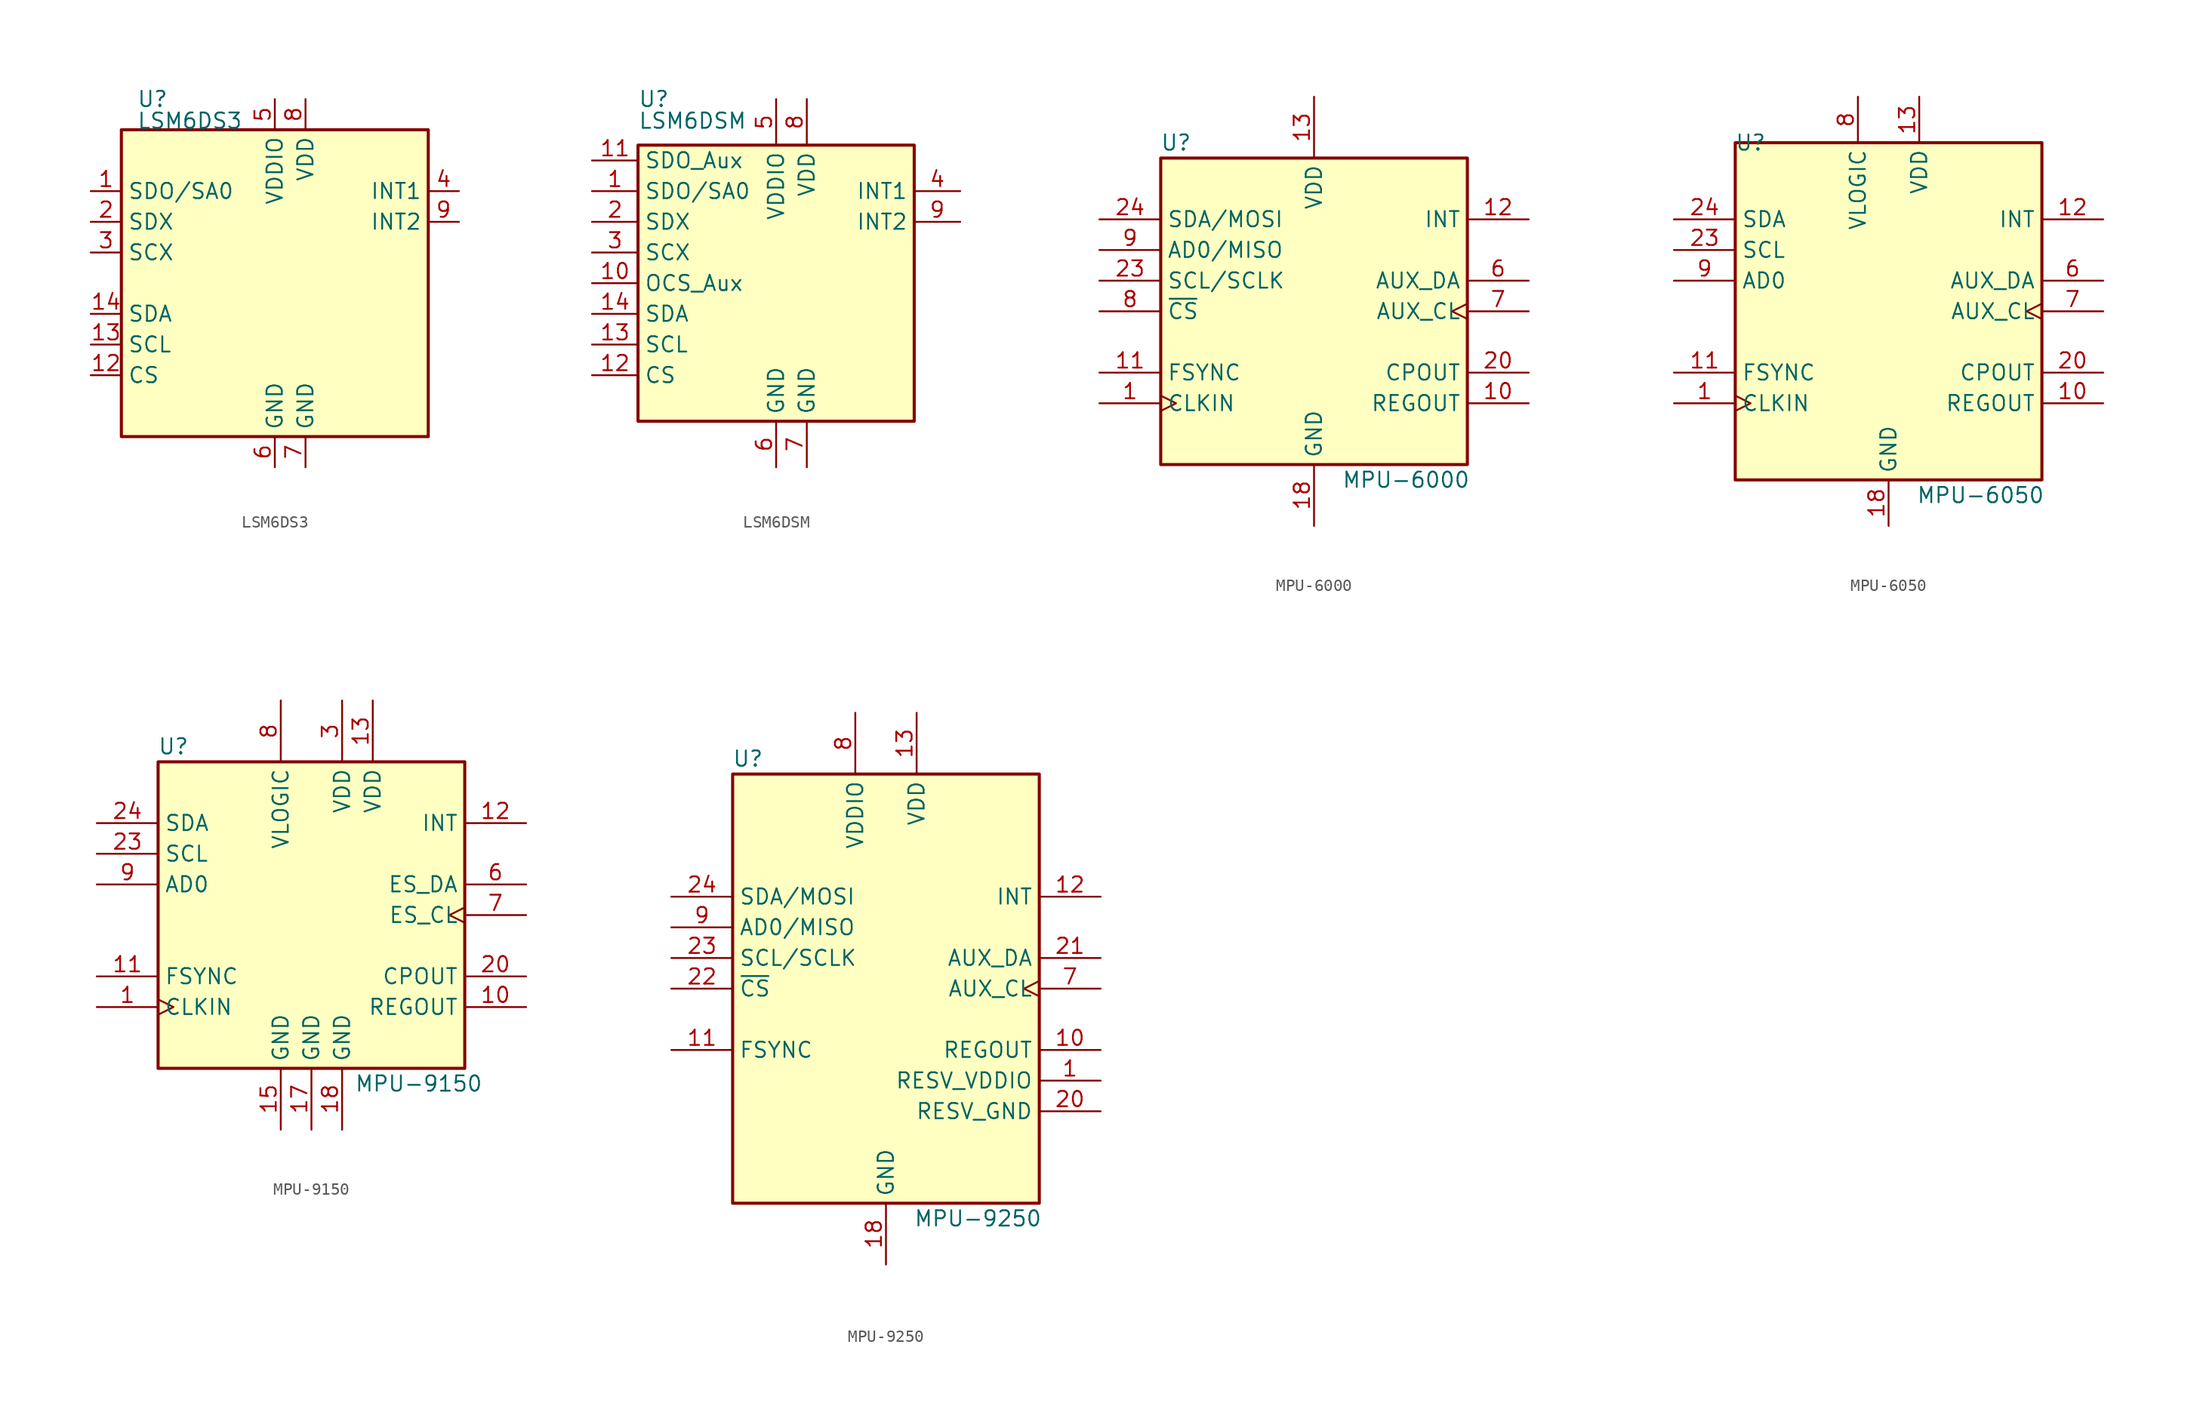
<source format=kicad_sym>
(kicad_symbol_lib
  (version 20211014)
  (generator kicad_symbol_editor)
  (symbol "LSM6DS3"
    (property "Reference" "U"
      (at -11.43 15.24 0)
      (effects (font (size 1.27 1.27)) (justify left)))
    (property "Value" "LSM6DS3"
      (at -11.43 12.7 0)
      (effects (font (size 1.27 1.27)) (justify left bottom)))
    (symbol "LSM6DS3_0_1"
      (rectangle (start -12.7 12.7) (end 12.7 -12.7) (stroke (width 0.254) (type default) (color 0 0 0 0)) (fill (type background))))
    (symbol "LSM6DS3_1_1"
      (pin bidirectional line (at -15.24 7.62 0) (length 2.54) (name "SDO/SA0" (effects (font (size 1.27 1.27)))) (number "1" (effects (font (size 1.27 1.27)))))
      (pin no_connect line (at 12.7 -5.08 180) (length 3.81) hide (name "NC" (effects (font (size 1.27 1.27)))) (number "10" (effects (font (size 1.27 1.27)))))
      (pin no_connect line (at 12.7 -2.54 180) (length 3.81) hide (name "NC" (effects (font (size 1.27 1.27)))) (number "11" (effects (font (size 1.27 1.27)))))
      (pin input line (at -15.24 -7.62 0) (length 2.54) (name "CS" (effects (font (size 1.27 1.27)))) (number "12" (effects (font (size 1.27 1.27)))))
      (pin input line (at -15.24 -5.08 0) (length 2.54) (name "SCL" (effects (font (size 1.27 1.27)))) (number "13" (effects (font (size 1.27 1.27)))))
      (pin bidirectional line (at -15.24 -2.54 0) (length 2.54) (name "SDA" (effects (font (size 1.27 1.27)))) (number "14" (effects (font (size 1.27 1.27)))))
      (pin bidirectional line (at -15.24 5.08 0) (length 2.54) (name "SDX" (effects (font (size 1.27 1.27)))) (number "2" (effects (font (size 1.27 1.27)))))
      (pin input line (at -15.24 2.54 0) (length 2.54) (name "SCX" (effects (font (size 1.27 1.27)))) (number "3" (effects (font (size 1.27 1.27)))))
      (pin output line (at 15.24 7.62 180) (length 2.54) (name "INT1" (effects (font (size 1.27 1.27)))) (number "4" (effects (font (size 1.27 1.27)))))
      (pin power_in line (at 0 15.24 270) (length 2.54) (name "VDDIO" (effects (font (size 1.27 1.27)))) (number "5" (effects (font (size 1.27 1.27)))))
      (pin power_in line (at 0 -15.24 90) (length 2.54) (name "GND" (effects (font (size 1.27 1.27)))) (number "6" (effects (font (size 1.27 1.27)))))
      (pin power_in line (at 2.54 -15.24 90) (length 2.54) (name "GND" (effects (font (size 1.27 1.27)))) (number "7" (effects (font (size 1.27 1.27)))))
      (pin power_in line (at 2.54 15.24 270) (length 2.54) (name "VDD" (effects (font (size 1.27 1.27)))) (number "8" (effects (font (size 1.27 1.27)))))
      (pin output line (at 15.24 5.08 180) (length 2.54) (name "INT2" (effects (font (size 1.27 1.27)))) (number "9" (effects (font (size 1.27 1.27)))))))
  (symbol "LSM6DSM"
    (property "Reference" "U"
      (at -11.43 15.24 0)
      (effects (font (size 1.27 1.27)) (justify left)))
    (property "Value" "LSM6DSM"
      (at -11.43 12.7 0)
      (effects (font (size 1.27 1.27)) (justify left bottom)))
    (symbol "LSM6DSM_0_1"
      (rectangle (start 11.43 11.43) (end -11.43 -11.43) (stroke (width 0.254) (type default) (color 0 0 0 0)) (fill (type background))))
    (symbol "LSM6DSM_1_1"
      (pin bidirectional line (at -15.24 7.62 0) (length 3.81) (name "SDO/SA0" (effects (font (size 1.27 1.27)))) (number "1" (effects (font (size 1.27 1.27)))))
      (pin passive line (at -15.24 0 0) (length 3.81) (name "OCS_Aux" (effects (font (size 1.27 1.27)))) (number "10" (effects (font (size 1.27 1.27)))))
      (pin bidirectional line (at -15.24 10.16 0) (length 3.81) (name "SDO_Aux" (effects (font (size 1.27 1.27)))) (number "11" (effects (font (size 1.27 1.27)))))
      (pin input line (at -15.24 -7.62 0) (length 3.81) (name "CS" (effects (font (size 1.27 1.27)))) (number "12" (effects (font (size 1.27 1.27)))))
      (pin input line (at -15.24 -5.08 0) (length 3.81) (name "SCL" (effects (font (size 1.27 1.27)))) (number "13" (effects (font (size 1.27 1.27)))))
      (pin bidirectional line (at -15.24 -2.54 0) (length 3.81) (name "SDA" (effects (font (size 1.27 1.27)))) (number "14" (effects (font (size 1.27 1.27)))))
      (pin bidirectional line (at -15.24 5.08 0) (length 3.81) (name "SDX" (effects (font (size 1.27 1.27)))) (number "2" (effects (font (size 1.27 1.27)))))
      (pin input line (at -15.24 2.54 0) (length 3.81) (name "SCX" (effects (font (size 1.27 1.27)))) (number "3" (effects (font (size 1.27 1.27)))))
      (pin output line (at 15.24 7.62 180) (length 3.81) (name "INT1" (effects (font (size 1.27 1.27)))) (number "4" (effects (font (size 1.27 1.27)))))
      (pin power_in line (at 0 15.24 270) (length 3.81) (name "VDDIO" (effects (font (size 1.27 1.27)))) (number "5" (effects (font (size 1.27 1.27)))))
      (pin power_in line (at 0 -15.24 90) (length 3.81) (name "GND" (effects (font (size 1.27 1.27)))) (number "6" (effects (font (size 1.27 1.27)))))
      (pin power_in line (at 2.54 -15.24 90) (length 3.81) (name "GND" (effects (font (size 1.27 1.27)))) (number "7" (effects (font (size 1.27 1.27)))))
      (pin power_in line (at 2.54 15.24 270) (length 3.81) (name "VDD" (effects (font (size 1.27 1.27)))) (number "8" (effects (font (size 1.27 1.27)))))
      (pin output line (at 15.24 5.08 180) (length 3.81) (name "INT2" (effects (font (size 1.27 1.27)))) (number "9" (effects (font (size 1.27 1.27)))))))
  (symbol "MPU-6000"
    (property "Reference" "U"
      (at -11.43 13.97 0)
      (effects (font (size 1.27 1.27))))
    (property "Value" "MPU-6000"
      (at 7.62 -13.97 0)
      (effects (font (size 1.27 1.27))))
    (symbol "MPU-6000_0_1"
      (rectangle (start -12.7 12.7) (end 12.7 -12.7) (stroke (width 0.254) (type default) (color 0 0 0 0)) (fill (type background))))
    (symbol "MPU-6000_1_1"
      (pin input clock (at -17.78 -7.62 0) (length 5.08) (name "CLKIN" (effects (font (size 1.27 1.27)))) (number "1" (effects (font (size 1.27 1.27)))))
      (pin passive line (at 17.78 -7.62 180) (length 5.08) (name "REGOUT" (effects (font (size 1.27 1.27)))) (number "10" (effects (font (size 1.27 1.27)))))
      (pin input line (at -17.78 -5.08 0) (length 5.08) (name "FSYNC" (effects (font (size 1.27 1.27)))) (number "11" (effects (font (size 1.27 1.27)))))
      (pin output line (at 17.78 7.62 180) (length 5.08) (name "INT" (effects (font (size 1.27 1.27)))) (number "12" (effects (font (size 1.27 1.27)))))
      (pin power_in line (at 0 17.78 270) (length 5.08) (name "VDD" (effects (font (size 1.27 1.27)))) (number "13" (effects (font (size 1.27 1.27)))))
      (pin power_in line (at 0 -17.78 90) (length 5.08) (name "GND" (effects (font (size 1.27 1.27)))) (number "18" (effects (font (size 1.27 1.27)))))
      (pin passive line (at 17.78 -5.08 180) (length 5.08) (name "CPOUT" (effects (font (size 1.27 1.27)))) (number "20" (effects (font (size 1.27 1.27)))))
      (pin input line (at -17.78 2.54 0) (length 5.08) (name "SCL/SCLK" (effects (font (size 1.27 1.27)))) (number "23" (effects (font (size 1.27 1.27)))))
      (pin bidirectional line (at -17.78 7.62 0) (length 5.08) (name "SDA/MOSI" (effects (font (size 1.27 1.27)))) (number "24" (effects (font (size 1.27 1.27)))))
      (pin bidirectional line (at 17.78 2.54 180) (length 5.08) (name "AUX_DA" (effects (font (size 1.27 1.27)))) (number "6" (effects (font (size 1.27 1.27)))))
      (pin output clock (at 17.78 0 180) (length 5.08) (name "AUX_CL" (effects (font (size 1.27 1.27)))) (number "7" (effects (font (size 1.27 1.27)))))
      (pin input line (at -17.78 0 0) (length 5.08) (name "~{CS}" (effects (font (size 1.27 1.27)))) (number "8" (effects (font (size 1.27 1.27)))))
      (pin bidirectional line (at -17.78 5.08 0) (length 5.08) (name "AD0/MISO" (effects (font (size 1.27 1.27)))) (number "9" (effects (font (size 1.27 1.27)))))))
  (symbol "MPU-6050"
    (property "Reference" "U"
      (at -11.43 13.97 0)
      (effects (font (size 1.27 1.27))))
    (property "Value" "MPU-6050"
      (at 7.62 -15.24 0)
      (effects (font (size 1.27 1.27))))
    (symbol "MPU-6050_0_0"
      (text "" (at 12.7 -2.54 0) (effects (font (size 1.27 1.27)))))
    (symbol "MPU-6050_0_1"
      (rectangle (start -12.7 13.97) (end 12.7 -13.97) (stroke (width 0.254) (type default) (color 0 0 0 0)) (fill (type background))))
    (symbol "MPU-6050_1_1"
      (pin input clock (at -17.78 -7.62 0) (length 5.08) (name "CLKIN" (effects (font (size 1.27 1.27)))) (number "1" (effects (font (size 1.27 1.27)))))
      (pin passive line (at 17.78 -7.62 180) (length 5.08) (name "REGOUT" (effects (font (size 1.27 1.27)))) (number "10" (effects (font (size 1.27 1.27)))))
      (pin input line (at -17.78 -5.08 0) (length 5.08) (name "FSYNC" (effects (font (size 1.27 1.27)))) (number "11" (effects (font (size 1.27 1.27)))))
      (pin output line (at 17.78 7.62 180) (length 5.08) (name "INT" (effects (font (size 1.27 1.27)))) (number "12" (effects (font (size 1.27 1.27)))))
      (pin power_in line (at 2.54 17.78 270) (length 3.81) (name "VDD" (effects (font (size 1.27 1.27)))) (number "13" (effects (font (size 1.27 1.27)))))
      (pin no_connect line (at -12.7 -10.16 0) (length 2.54) hide (name "NC" (effects (font (size 1.27 1.27)))) (number "14" (effects (font (size 1.27 1.27)))))
      (pin no_connect line (at 12.7 12.7 180) (length 2.54) hide (name "NC" (effects (font (size 1.27 1.27)))) (number "15" (effects (font (size 1.27 1.27)))))
      (pin no_connect line (at 12.7 10.16 180) (length 2.54) hide (name "NC" (effects (font (size 1.27 1.27)))) (number "16" (effects (font (size 1.27 1.27)))))
      (pin no_connect line (at 12.7 5.08 180) (length 2.54) hide (name "NC" (effects (font (size 1.27 1.27)))) (number "17" (effects (font (size 1.27 1.27)))))
      (pin power_in line (at 0 -17.78 90) (length 3.81) (name "GND" (effects (font (size 1.27 1.27)))) (number "18" (effects (font (size 1.27 1.27)))))
      (pin no_connect line (at 12.7 -10.16 180) (length 2.54) hide (name "RESV" (effects (font (size 1.27 1.27)))) (number "19" (effects (font (size 1.27 1.27)))))
      (pin no_connect line (at -12.7 12.7 0) (length 2.54) hide (name "NC" (effects (font (size 1.27 1.27)))) (number "2" (effects (font (size 1.27 1.27)))))
      (pin passive line (at 17.78 -5.08 180) (length 5.08) (name "CPOUT" (effects (font (size 1.27 1.27)))) (number "20" (effects (font (size 1.27 1.27)))))
      (pin no_connect line (at 12.7 -2.54 180) (length 2.54) hide (name "RESV" (effects (font (size 1.27 1.27)))) (number "21" (effects (font (size 1.27 1.27)))))
      (pin no_connect line (at 12.7 -12.7 180) (length 2.54) hide (name "RESV" (effects (font (size 1.27 1.27)))) (number "22" (effects (font (size 1.27 1.27)))))
      (pin input line (at -17.78 5.08 0) (length 5.08) (name "SCL" (effects (font (size 1.27 1.27)))) (number "23" (effects (font (size 1.27 1.27)))))
      (pin bidirectional line (at -17.78 7.62 0) (length 5.08) (name "SDA" (effects (font (size 1.27 1.27)))) (number "24" (effects (font (size 1.27 1.27)))))
      (pin no_connect line (at -12.7 10.16 0) (length 2.54) hide (name "NC" (effects (font (size 1.27 1.27)))) (number "3" (effects (font (size 1.27 1.27)))))
      (pin no_connect line (at -12.7 0 0) (length 2.54) hide (name "NC" (effects (font (size 1.27 1.27)))) (number "4" (effects (font (size 1.27 1.27)))))
      (pin no_connect line (at -12.7 -2.54 0) (length 2.54) hide (name "NC" (effects (font (size 1.27 1.27)))) (number "5" (effects (font (size 1.27 1.27)))))
      (pin bidirectional line (at 17.78 2.54 180) (length 5.08) (name "AUX_DA" (effects (font (size 1.27 1.27)))) (number "6" (effects (font (size 1.27 1.27)))))
      (pin output clock (at 17.78 0 180) (length 5.08) (name "AUX_CL" (effects (font (size 1.27 1.27)))) (number "7" (effects (font (size 1.27 1.27)))))
      (pin power_in line (at -2.54 17.78 270) (length 3.81) (name "VLOGIC" (effects (font (size 1.27 1.27)))) (number "8" (effects (font (size 1.27 1.27)))))
      (pin input line (at -17.78 2.54 0) (length 5.08) (name "AD0" (effects (font (size 1.27 1.27)))) (number "9" (effects (font (size 1.27 1.27)))))))
  (symbol "MPU-9150"
    (property "Reference" "U"
      (at -11.43 13.97 0)
      (effects (font (size 1.27 1.27))))
    (property "Value" "MPU-9150"
      (at 8.89 -13.97 0)
      (effects (font (size 1.27 1.27))))
    (symbol "MPU-9150_0_1"
      (rectangle (start -12.7 12.7) (end 12.7 -12.7) (stroke (width 0.254) (type default) (color 0 0 0 0)) (fill (type background))))
    (symbol "MPU-9150_1_1"
      (pin input clock (at -17.78 -7.62 0) (length 5.08) (name "CLKIN" (effects (font (size 1.27 1.27)))) (number "1" (effects (font (size 1.27 1.27)))))
      (pin passive line (at 17.78 -7.62 180) (length 5.08) (name "REGOUT" (effects (font (size 1.27 1.27)))) (number "10" (effects (font (size 1.27 1.27)))))
      (pin input line (at -17.78 -5.08 0) (length 5.08) (name "FSYNC" (effects (font (size 1.27 1.27)))) (number "11" (effects (font (size 1.27 1.27)))))
      (pin output line (at 17.78 7.62 180) (length 5.08) (name "INT" (effects (font (size 1.27 1.27)))) (number "12" (effects (font (size 1.27 1.27)))))
      (pin power_in line (at 5.08 17.78 270) (length 5.08) (name "VDD" (effects (font (size 1.27 1.27)))) (number "13" (effects (font (size 1.27 1.27)))))
      (pin power_in line (at -2.54 -17.78 90) (length 5.08) (name "GND" (effects (font (size 1.27 1.27)))) (number "15" (effects (font (size 1.27 1.27)))))
      (pin power_in line (at 0 -17.78 90) (length 5.08) (name "GND" (effects (font (size 1.27 1.27)))) (number "17" (effects (font (size 1.27 1.27)))))
      (pin power_in line (at 2.54 -17.78 90) (length 5.08) (name "GND" (effects (font (size 1.27 1.27)))) (number "18" (effects (font (size 1.27 1.27)))))
      (pin passive line (at 17.78 -5.08 180) (length 5.08) (name "CPOUT" (effects (font (size 1.27 1.27)))) (number "20" (effects (font (size 1.27 1.27)))))
      (pin input line (at -17.78 5.08 0) (length 5.08) (name "SCL" (effects (font (size 1.27 1.27)))) (number "23" (effects (font (size 1.27 1.27)))))
      (pin bidirectional line (at -17.78 7.62 0) (length 5.08) (name "SDA" (effects (font (size 1.27 1.27)))) (number "24" (effects (font (size 1.27 1.27)))))
      (pin power_in line (at 2.54 17.78 270) (length 5.08) (name "VDD" (effects (font (size 1.27 1.27)))) (number "3" (effects (font (size 1.27 1.27)))))
      (pin bidirectional line (at 17.78 2.54 180) (length 5.08) (name "ES_DA" (effects (font (size 1.27 1.27)))) (number "6" (effects (font (size 1.27 1.27)))))
      (pin output clock (at 17.78 0 180) (length 5.08) (name "ES_CL" (effects (font (size 1.27 1.27)))) (number "7" (effects (font (size 1.27 1.27)))))
      (pin power_in line (at -2.54 17.78 270) (length 5.08) (name "VLOGIC" (effects (font (size 1.27 1.27)))) (number "8" (effects (font (size 1.27 1.27)))))
      (pin input line (at -17.78 2.54 0) (length 5.08) (name "AD0" (effects (font (size 1.27 1.27)))) (number "9" (effects (font (size 1.27 1.27)))))))
  (symbol "MPU-9250"
    (property "Reference" "U"
      (at -11.43 19.05 0)
      (effects (font (size 1.27 1.27))))
    (property "Value" "MPU-9250"
      (at 7.62 -19.05 0)
      (effects (font (size 1.27 1.27))))
    (symbol "MPU-9250_0_1"
      (rectangle (start -12.7 17.78) (end 12.7 -17.78) (stroke (width 0.254) (type default) (color 0 0 0 0)) (fill (type background))))
    (symbol "MPU-9250_1_1"
      (pin input line (at 17.78 -7.62 180) (length 5.08) (name "RESV_VDDIO" (effects (font (size 1.27 1.27)))) (number "1" (effects (font (size 1.27 1.27)))))
      (pin passive line (at 17.78 -5.08 180) (length 5.08) (name "REGOUT" (effects (font (size 1.27 1.27)))) (number "10" (effects (font (size 1.27 1.27)))))
      (pin input line (at -17.78 -5.08 0) (length 5.08) (name "FSYNC" (effects (font (size 1.27 1.27)))) (number "11" (effects (font (size 1.27 1.27)))))
      (pin output line (at 17.78 7.62 180) (length 5.08) (name "INT" (effects (font (size 1.27 1.27)))) (number "12" (effects (font (size 1.27 1.27)))))
      (pin power_in line (at 2.54 22.86 270) (length 5.08) (name "VDD" (effects (font (size 1.27 1.27)))) (number "13" (effects (font (size 1.27 1.27)))))
      (pin power_in line (at 0 -22.86 90) (length 5.08) (name "GND" (effects (font (size 1.27 1.27)))) (number "18" (effects (font (size 1.27 1.27)))))
      (pin power_in line (at 17.78 -10.16 180) (length 5.08) (name "RESV_GND" (effects (font (size 1.27 1.27)))) (number "20" (effects (font (size 1.27 1.27)))))
      (pin bidirectional line (at 17.78 2.54 180) (length 5.08) (name "AUX_DA" (effects (font (size 1.27 1.27)))) (number "21" (effects (font (size 1.27 1.27)))))
      (pin input line (at -17.78 0 0) (length 5.08) (name "~{CS}" (effects (font (size 1.27 1.27)))) (number "22" (effects (font (size 1.27 1.27)))))
      (pin input line (at -17.78 2.54 0) (length 5.08) (name "SCL/SCLK" (effects (font (size 1.27 1.27)))) (number "23" (effects (font (size 1.27 1.27)))))
      (pin bidirectional line (at -17.78 7.62 0) (length 5.08) (name "SDA/MOSI" (effects (font (size 1.27 1.27)))) (number "24" (effects (font (size 1.27 1.27)))))
      (pin output clock (at 17.78 0 180) (length 5.08) (name "AUX_CL" (effects (font (size 1.27 1.27)))) (number "7" (effects (font (size 1.27 1.27)))))
      (pin power_in line (at -2.54 22.86 270) (length 5.08) (name "VDDIO" (effects (font (size 1.27 1.27)))) (number "8" (effects (font (size 1.27 1.27)))))
      (pin bidirectional line (at -17.78 5.08 0) (length 5.08) (name "AD0/MISO" (effects (font (size 1.27 1.27)))) (number "9" (effects (font (size 1.27 1.27))))))))
</source>
